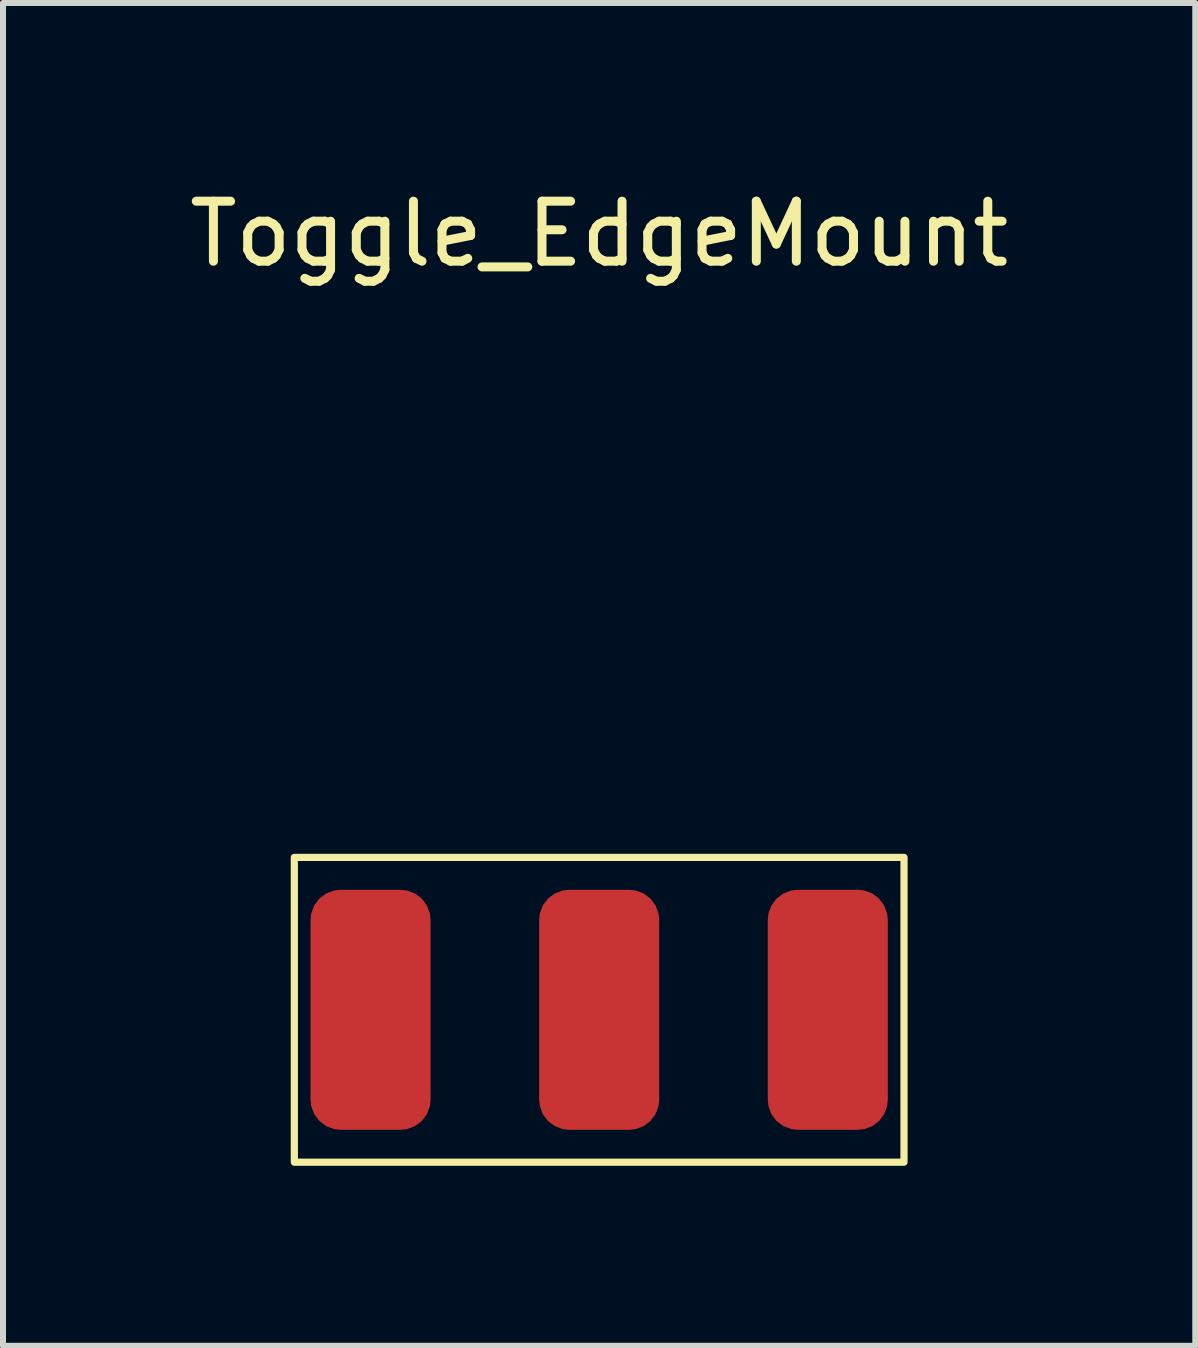
<source format=kicad_pcb>
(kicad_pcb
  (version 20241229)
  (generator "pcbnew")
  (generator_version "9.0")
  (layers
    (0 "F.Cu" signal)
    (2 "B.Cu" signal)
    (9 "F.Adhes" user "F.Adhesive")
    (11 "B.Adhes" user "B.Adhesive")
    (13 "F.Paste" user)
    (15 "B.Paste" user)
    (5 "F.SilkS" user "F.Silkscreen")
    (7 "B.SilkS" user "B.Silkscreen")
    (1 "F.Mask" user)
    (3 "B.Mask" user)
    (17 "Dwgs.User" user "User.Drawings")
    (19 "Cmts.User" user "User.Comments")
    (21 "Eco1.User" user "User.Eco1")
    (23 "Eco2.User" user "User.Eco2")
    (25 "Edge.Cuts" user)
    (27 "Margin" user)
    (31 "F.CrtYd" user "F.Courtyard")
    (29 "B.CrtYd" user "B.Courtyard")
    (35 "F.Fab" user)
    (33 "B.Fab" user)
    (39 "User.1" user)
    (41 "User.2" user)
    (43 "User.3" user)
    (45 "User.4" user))
  (footprint "Toggle_EdgeMount"
    (layer "F.Cu")
    (at 6.935 11.238)
    (property "Reference" "Toggle_EdgeMount" (at 0 -10.39 0) (unlocked yes) (layer "F.SilkS") (effects (font (size 1 1) (thickness 0.15))))
    (attr smd)
    (fp_rect (start -5.08 0) (end 5.08 5.08) (stroke (width 0.12) (type solid)) (fill no) (layer "F.SilkS"))
    (pad "1" smd roundrect (at 3.81 2.54 90) (size 4 2) (layers "F.Cu" "F.Mask" "F.Paste") (roundrect_rratio 0.25))
    (pad "2" smd roundrect (at 0 2.54 90) (size 4 2) (layers "F.Cu" "F.Mask" "F.Paste") (roundrect_rratio 0.25))
    (pad "3" smd roundrect (at -3.81 2.54 90) (size 4 2) (layers "F.Cu" "F.Mask" "F.Paste") (roundrect_rratio 0.25)))
  (gr_rect
    (start -3 -3)
    (end 16.869 19.378)
    (stroke (width 0.1) (type default))
    (fill no)
    (layer "Edge.Cuts")))
</source>
